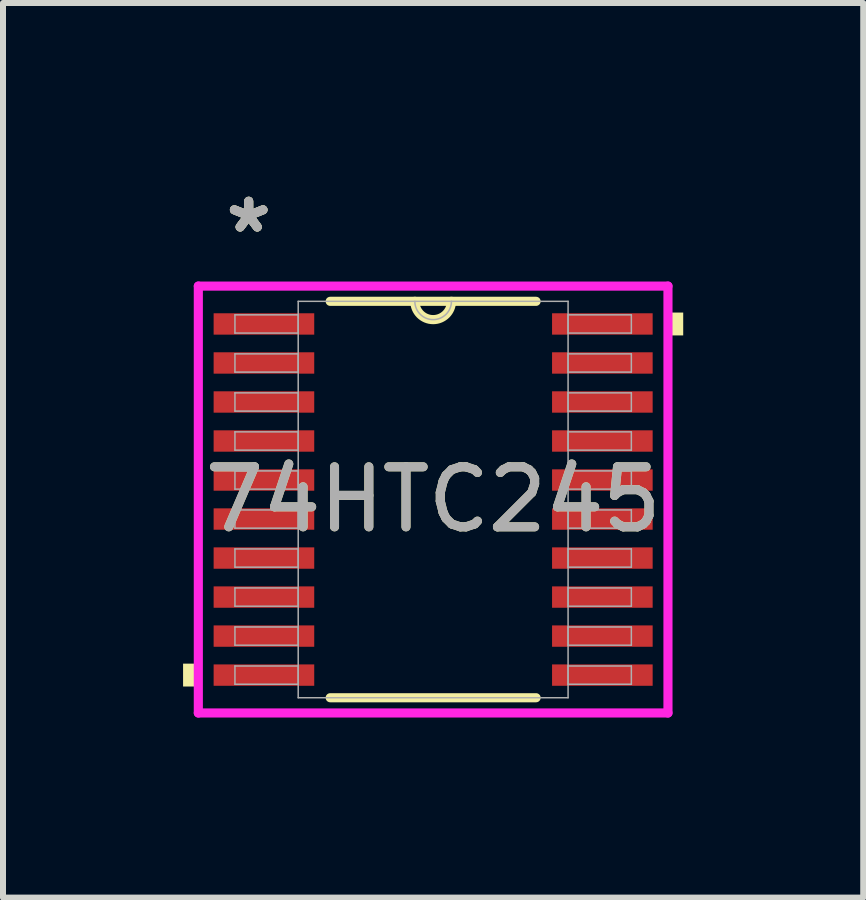
<source format=kicad_pcb>
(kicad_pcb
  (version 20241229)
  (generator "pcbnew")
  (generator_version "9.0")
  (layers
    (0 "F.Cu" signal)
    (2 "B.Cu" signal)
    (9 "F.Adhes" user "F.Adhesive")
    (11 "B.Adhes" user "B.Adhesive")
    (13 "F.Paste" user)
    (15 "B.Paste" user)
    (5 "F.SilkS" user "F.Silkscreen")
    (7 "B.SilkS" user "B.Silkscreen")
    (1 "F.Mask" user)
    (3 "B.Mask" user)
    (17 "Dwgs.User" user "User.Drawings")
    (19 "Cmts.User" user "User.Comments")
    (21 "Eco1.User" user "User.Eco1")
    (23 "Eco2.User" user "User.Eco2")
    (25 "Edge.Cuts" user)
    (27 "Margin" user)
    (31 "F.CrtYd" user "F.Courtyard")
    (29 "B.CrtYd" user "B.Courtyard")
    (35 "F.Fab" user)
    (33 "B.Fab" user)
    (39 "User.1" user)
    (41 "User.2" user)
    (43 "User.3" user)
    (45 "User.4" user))
  (footprint "74HTC245"
    (layer "F.Cu")
    (at 4.166 5.272)
    (property "Reference" "74HTC245" (at 0 0 0) (unlocked yes) (layer "F.SilkS") (effects (font (size 1 1) (thickness 0.15))))
    (attr smd)
    (fp_line (start -1.715 3.302) (end 1.715 3.302) (stroke (width 0.152) (type solid)) (layer "F.SilkS"))
    (fp_line (start 1.715 -3.302) (end -1.715 -3.302) (stroke (width 0.152) (type solid)) (layer "F.SilkS"))
    (fp_arc (start 0.3048 -3.302) (mid 0 -2.9972) (end -0.3048 -3.302) (stroke (width 0.1524) (type solid)) (layer "F.SilkS"))
    (fp_poly (pts (xy -4.166 2.734) (xy -4.166 3.115) (xy -3.912 3.115) (xy -3.912 2.734)) (stroke (width 0) (type solid)) (fill yes) (layer "F.SilkS"))
    (fp_poly (pts (xy 4.166 -3.115) (xy 4.166 -2.734) (xy 3.912 -2.734) (xy 3.912 -3.115)) (stroke (width 0) (type solid)) (fill yes) (layer "F.SilkS"))
    (fp_line (start -3.912 -3.556) (end 3.912 -3.556) (stroke (width 0.152) (type solid)) (layer "F.CrtYd"))
    (fp_line (start -3.912 3.556) (end -3.912 -3.556) (stroke (width 0.152) (type solid)) (layer "F.CrtYd"))
    (fp_line (start 3.912 -3.556) (end 3.912 3.556) (stroke (width 0.152) (type solid)) (layer "F.CrtYd"))
    (fp_line (start 3.912 3.556) (end -3.912 3.556) (stroke (width 0.152) (type solid)) (layer "F.CrtYd"))
    (fp_line (start -3.302 -3.077) (end -3.302 -2.773) (stroke (width 0.025) (type solid)) (layer "F.Fab"))
    (fp_line (start -3.302 -2.773) (end -2.248 -2.773) (stroke (width 0.025) (type solid)) (layer "F.Fab"))
    (fp_line (start -3.302 -2.427) (end -3.302 -2.123) (stroke (width 0.025) (type solid)) (layer "F.Fab"))
    (fp_line (start -3.302 -2.123) (end -2.248 -2.123) (stroke (width 0.025) (type solid)) (layer "F.Fab"))
    (fp_line (start -3.302 -1.777) (end -3.302 -1.473) (stroke (width 0.025) (type solid)) (layer "F.Fab"))
    (fp_line (start -3.302 -1.473) (end -2.248 -1.473) (stroke (width 0.025) (type solid)) (layer "F.Fab"))
    (fp_line (start -3.302 -1.127) (end -3.302 -0.823) (stroke (width 0.025) (type solid)) (layer "F.Fab"))
    (fp_line (start -3.302 -0.823) (end -2.248 -0.823) (stroke (width 0.025) (type solid)) (layer "F.Fab"))
    (fp_line (start -3.302 -0.477) (end -3.302 -0.173) (stroke (width 0.025) (type solid)) (layer "F.Fab"))
    (fp_line (start -3.302 -0.173) (end -2.248 -0.173) (stroke (width 0.025) (type solid)) (layer "F.Fab"))
    (fp_line (start -3.302 0.173) (end -3.302 0.477) (stroke (width 0.025) (type solid)) (layer "F.Fab"))
    (fp_line (start -3.302 0.477) (end -2.248 0.477) (stroke (width 0.025) (type solid)) (layer "F.Fab"))
    (fp_line (start -3.302 0.823) (end -3.302 1.127) (stroke (width 0.025) (type solid)) (layer "F.Fab"))
    (fp_line (start -3.302 1.127) (end -2.248 1.127) (stroke (width 0.025) (type solid)) (layer "F.Fab"))
    (fp_line (start -3.302 1.473) (end -3.302 1.777) (stroke (width 0.025) (type solid)) (layer "F.Fab"))
    (fp_line (start -3.302 1.777) (end -2.248 1.777) (stroke (width 0.025) (type solid)) (layer "F.Fab"))
    (fp_line (start -3.302 2.123) (end -3.302 2.427) (stroke (width 0.025) (type solid)) (layer "F.Fab"))
    (fp_line (start -3.302 2.427) (end -2.248 2.427) (stroke (width 0.025) (type solid)) (layer "F.Fab"))
    (fp_line (start -3.302 2.773) (end -3.302 3.077) (stroke (width 0.025) (type solid)) (layer "F.Fab"))
    (fp_line (start -3.302 3.077) (end -2.248 3.077) (stroke (width 0.025) (type solid)) (layer "F.Fab"))
    (fp_line (start -2.248 -3.302) (end -2.248 3.302) (stroke (width 0.025) (type solid)) (layer "F.Fab"))
    (fp_line (start -2.248 -3.077) (end -3.302 -3.077) (stroke (width 0.025) (type solid)) (layer "F.Fab"))
    (fp_line (start -2.248 -2.773) (end -2.248 -3.077) (stroke (width 0.025) (type solid)) (layer "F.Fab"))
    (fp_line (start -2.248 -2.427) (end -3.302 -2.427) (stroke (width 0.025) (type solid)) (layer "F.Fab"))
    (fp_line (start -2.248 -2.123) (end -2.248 -2.427) (stroke (width 0.025) (type solid)) (layer "F.Fab"))
    (fp_line (start -2.248 -1.777) (end -3.302 -1.777) (stroke (width 0.025) (type solid)) (layer "F.Fab"))
    (fp_line (start -2.248 -1.473) (end -2.248 -1.777) (stroke (width 0.025) (type solid)) (layer "F.Fab"))
    (fp_line (start -2.248 -1.127) (end -3.302 -1.127) (stroke (width 0.025) (type solid)) (layer "F.Fab"))
    (fp_line (start -2.248 -0.823) (end -2.248 -1.127) (stroke (width 0.025) (type solid)) (layer "F.Fab"))
    (fp_line (start -2.248 -0.477) (end -3.302 -0.477) (stroke (width 0.025) (type solid)) (layer "F.Fab"))
    (fp_line (start -2.248 -0.173) (end -2.248 -0.477) (stroke (width 0.025) (type solid)) (layer "F.Fab"))
    (fp_line (start -2.248 0.173) (end -3.302 0.173) (stroke (width 0.025) (type solid)) (layer "F.Fab"))
    (fp_line (start -2.248 0.477) (end -2.248 0.173) (stroke (width 0.025) (type solid)) (layer "F.Fab"))
    (fp_line (start -2.248 0.823) (end -3.302 0.823) (stroke (width 0.025) (type solid)) (layer "F.Fab"))
    (fp_line (start -2.248 1.127) (end -2.248 0.823) (stroke (width 0.025) (type solid)) (layer "F.Fab"))
    (fp_line (start -2.248 1.473) (end -3.302 1.473) (stroke (width 0.025) (type solid)) (layer "F.Fab"))
    (fp_line (start -2.248 1.777) (end -2.248 1.473) (stroke (width 0.025) (type solid)) (layer "F.Fab"))
    (fp_line (start -2.248 2.123) (end -3.302 2.123) (stroke (width 0.025) (type solid)) (layer "F.Fab"))
    (fp_line (start -2.248 2.427) (end -2.248 2.123) (stroke (width 0.025) (type solid)) (layer "F.Fab"))
    (fp_line (start -2.248 2.773) (end -3.302 2.773) (stroke (width 0.025) (type solid)) (layer "F.Fab"))
    (fp_line (start -2.248 3.077) (end -2.248 2.773) (stroke (width 0.025) (type solid)) (layer "F.Fab"))
    (fp_line (start -2.248 3.302) (end 2.248 3.302) (stroke (width 0.025) (type solid)) (layer "F.Fab"))
    (fp_line (start 2.248 -3.302) (end -2.248 -3.302) (stroke (width 0.025) (type solid)) (layer "F.Fab"))
    (fp_line (start 2.248 -3.077) (end 2.248 -2.773) (stroke (width 0.025) (type solid)) (layer "F.Fab"))
    (fp_line (start 2.248 -2.773) (end 3.302 -2.773) (stroke (width 0.025) (type solid)) (layer "F.Fab"))
    (fp_line (start 2.248 -2.427) (end 2.248 -2.123) (stroke (width 0.025) (type solid)) (layer "F.Fab"))
    (fp_line (start 2.248 -2.123) (end 3.302 -2.123) (stroke (width 0.025) (type solid)) (layer "F.Fab"))
    (fp_line (start 2.248 -1.777) (end 2.248 -1.473) (stroke (width 0.025) (type solid)) (layer "F.Fab"))
    (fp_line (start 2.248 -1.473) (end 3.302 -1.473) (stroke (width 0.025) (type solid)) (layer "F.Fab"))
    (fp_line (start 2.248 -1.127) (end 2.248 -0.823) (stroke (width 0.025) (type solid)) (layer "F.Fab"))
    (fp_line (start 2.248 -0.823) (end 3.302 -0.823) (stroke (width 0.025) (type solid)) (layer "F.Fab"))
    (fp_line (start 2.248 -0.477) (end 2.248 -0.173) (stroke (width 0.025) (type solid)) (layer "F.Fab"))
    (fp_line (start 2.248 -0.173) (end 3.302 -0.173) (stroke (width 0.025) (type solid)) (layer "F.Fab"))
    (fp_line (start 2.248 0.173) (end 2.248 0.477) (stroke (width 0.025) (type solid)) (layer "F.Fab"))
    (fp_line (start 2.248 0.477) (end 3.302 0.477) (stroke (width 0.025) (type solid)) (layer "F.Fab"))
    (fp_line (start 2.248 0.823) (end 2.248 1.127) (stroke (width 0.025) (type solid)) (layer "F.Fab"))
    (fp_line (start 2.248 1.127) (end 3.302 1.127) (stroke (width 0.025) (type solid)) (layer "F.Fab"))
    (fp_line (start 2.248 1.473) (end 2.248 1.777) (stroke (width 0.025) (type solid)) (layer "F.Fab"))
    (fp_line (start 2.248 1.777) (end 3.302 1.777) (stroke (width 0.025) (type solid)) (layer "F.Fab"))
    (fp_line (start 2.248 2.123) (end 2.248 2.427) (stroke (width 0.025) (type solid)) (layer "F.Fab"))
    (fp_line (start 2.248 2.427) (end 3.302 2.427) (stroke (width 0.025) (type solid)) (layer "F.Fab"))
    (fp_line (start 2.248 2.773) (end 2.248 3.077) (stroke (width 0.025) (type solid)) (layer "F.Fab"))
    (fp_line (start 2.248 3.077) (end 3.302 3.077) (stroke (width 0.025) (type solid)) (layer "F.Fab"))
    (fp_line (start 2.248 3.302) (end 2.248 -3.302) (stroke (width 0.025) (type solid)) (layer "F.Fab"))
    (fp_line (start 3.302 -3.077) (end 2.248 -3.077) (stroke (width 0.025) (type solid)) (layer "F.Fab"))
    (fp_line (start 3.302 -2.773) (end 3.302 -3.077) (stroke (width 0.025) (type solid)) (layer "F.Fab"))
    (fp_line (start 3.302 -2.427) (end 2.248 -2.427) (stroke (width 0.025) (type solid)) (layer "F.Fab"))
    (fp_line (start 3.302 -2.123) (end 3.302 -2.427) (stroke (width 0.025) (type solid)) (layer "F.Fab"))
    (fp_line (start 3.302 -1.777) (end 2.248 -1.777) (stroke (width 0.025) (type solid)) (layer "F.Fab"))
    (fp_line (start 3.302 -1.473) (end 3.302 -1.777) (stroke (width 0.025) (type solid)) (layer "F.Fab"))
    (fp_line (start 3.302 -1.127) (end 2.248 -1.127) (stroke (width 0.025) (type solid)) (layer "F.Fab"))
    (fp_line (start 3.302 -0.823) (end 3.302 -1.127) (stroke (width 0.025) (type solid)) (layer "F.Fab"))
    (fp_line (start 3.302 -0.477) (end 2.248 -0.477) (stroke (width 0.025) (type solid)) (layer "F.Fab"))
    (fp_line (start 3.302 -0.173) (end 3.302 -0.477) (stroke (width 0.025) (type solid)) (layer "F.Fab"))
    (fp_line (start 3.302 0.173) (end 2.248 0.173) (stroke (width 0.025) (type solid)) (layer "F.Fab"))
    (fp_line (start 3.302 0.477) (end 3.302 0.173) (stroke (width 0.025) (type solid)) (layer "F.Fab"))
    (fp_line (start 3.302 0.823) (end 2.248 0.823) (stroke (width 0.025) (type solid)) (layer "F.Fab"))
    (fp_line (start 3.302 1.127) (end 3.302 0.823) (stroke (width 0.025) (type solid)) (layer "F.Fab"))
    (fp_line (start 3.302 1.473) (end 2.248 1.473) (stroke (width 0.025) (type solid)) (layer "F.Fab"))
    (fp_line (start 3.302 1.777) (end 3.302 1.473) (stroke (width 0.025) (type solid)) (layer "F.Fab"))
    (fp_line (start 3.302 2.123) (end 2.248 2.123) (stroke (width 0.025) (type solid)) (layer "F.Fab"))
    (fp_line (start 3.302 2.427) (end 3.302 2.123) (stroke (width 0.025) (type solid)) (layer "F.Fab"))
    (fp_line (start 3.302 2.773) (end 2.248 2.773) (stroke (width 0.025) (type solid)) (layer "F.Fab"))
    (fp_line (start 3.302 3.077) (end 3.302 2.773) (stroke (width 0.025) (type solid)) (layer "F.Fab"))
    (fp_arc (start 0.3048 -3.302) (mid 0 -2.9972) (end -0.3048 -3.302) (stroke (width 0.0254) (type solid)) (layer "F.Fab"))
    (fp_text user "*" (at -3.073 -4.424 0) (unlocked yes) (layer "F.SilkS") (effects (font (size 1 1) (thickness 0.15))))
    (fp_text user "*" (at -3.073 -4.424 0) (layer "F.SilkS") (effects (font (size 1 1) (thickness 0.15))))
    (fp_text user "${REFERENCE}" (at 0 0 0) (unlocked yes) (layer "F.Fab") (effects (font (size 1 1) (thickness 0.15))))
    (fp_text user "*" (at -3.073 -4.424 0) (unlocked yes) (layer "F.Fab") (effects (font (size 1 1) (thickness 0.15))))
    (fp_text user "*" (at -3.073 -4.424 0) (layer "F.Fab") (effects (font (size 1 1) (thickness 0.15))))
    (pad "1" smd rect (at -2.819 -2.925) (size 1.676 0.356) (layers "F.Cu" "F.Mask" "F.Paste"))
    (pad "2" smd rect (at -2.819 -2.275) (size 1.676 0.356) (layers "F.Cu" "F.Mask" "F.Paste"))
    (pad "3" smd rect (at -2.819 -1.625) (size 1.676 0.356) (layers "F.Cu" "F.Mask" "F.Paste"))
    (pad "4" smd rect (at -2.819 -0.975) (size 1.676 0.356) (layers "F.Cu" "F.Mask" "F.Paste"))
    (pad "5" smd rect (at -2.819 -0.325) (size 1.676 0.356) (layers "F.Cu" "F.Mask" "F.Paste"))
    (pad "6" smd rect (at -2.819 0.325) (size 1.676 0.356) (layers "F.Cu" "F.Mask" "F.Paste"))
    (pad "7" smd rect (at -2.819 0.975) (size 1.676 0.356) (layers "F.Cu" "F.Mask" "F.Paste"))
    (pad "8" smd rect (at -2.819 1.625) (size 1.676 0.356) (layers "F.Cu" "F.Mask" "F.Paste"))
    (pad "9" smd rect (at -2.819 2.275) (size 1.676 0.356) (layers "F.Cu" "F.Mask" "F.Paste"))
    (pad "10" smd rect (at -2.819 2.925) (size 1.676 0.356) (layers "F.Cu" "F.Mask" "F.Paste"))
    (pad "11" smd rect (at 2.819 2.925) (size 1.676 0.356) (layers "F.Cu" "F.Mask" "F.Paste"))
    (pad "12" smd rect (at 2.819 2.275) (size 1.676 0.356) (layers "F.Cu" "F.Mask" "F.Paste"))
    (pad "13" smd rect (at 2.819 1.625) (size 1.676 0.356) (layers "F.Cu" "F.Mask" "F.Paste"))
    (pad "14" smd rect (at 2.819 0.975) (size 1.676 0.356) (layers "F.Cu" "F.Mask" "F.Paste"))
    (pad "15" smd rect (at 2.819 0.325) (size 1.676 0.356) (layers "F.Cu" "F.Mask" "F.Paste"))
    (pad "16" smd rect (at 2.819 -0.325) (size 1.676 0.356) (layers "F.Cu" "F.Mask" "F.Paste"))
    (pad "17" smd rect (at 2.819 -0.975) (size 1.676 0.356) (layers "F.Cu" "F.Mask" "F.Paste"))
    (pad "18" smd rect (at 2.819 -1.625) (size 1.676 0.356) (layers "F.Cu" "F.Mask" "F.Paste"))
    (pad "19" smd rect (at 2.819 -2.275) (size 1.676 0.356) (layers "F.Cu" "F.Mask" "F.Paste"))
    (pad "20" smd rect (at 2.819 -2.925) (size 1.676 0.356) (layers "F.Cu" "F.Mask" "F.Paste")))
  (gr_rect
    (start -3 -3)
    (end 11.331 11.904)
    (stroke (width 0.1) (type default))
    (fill no)
    (layer "Edge.Cuts")))
</source>
